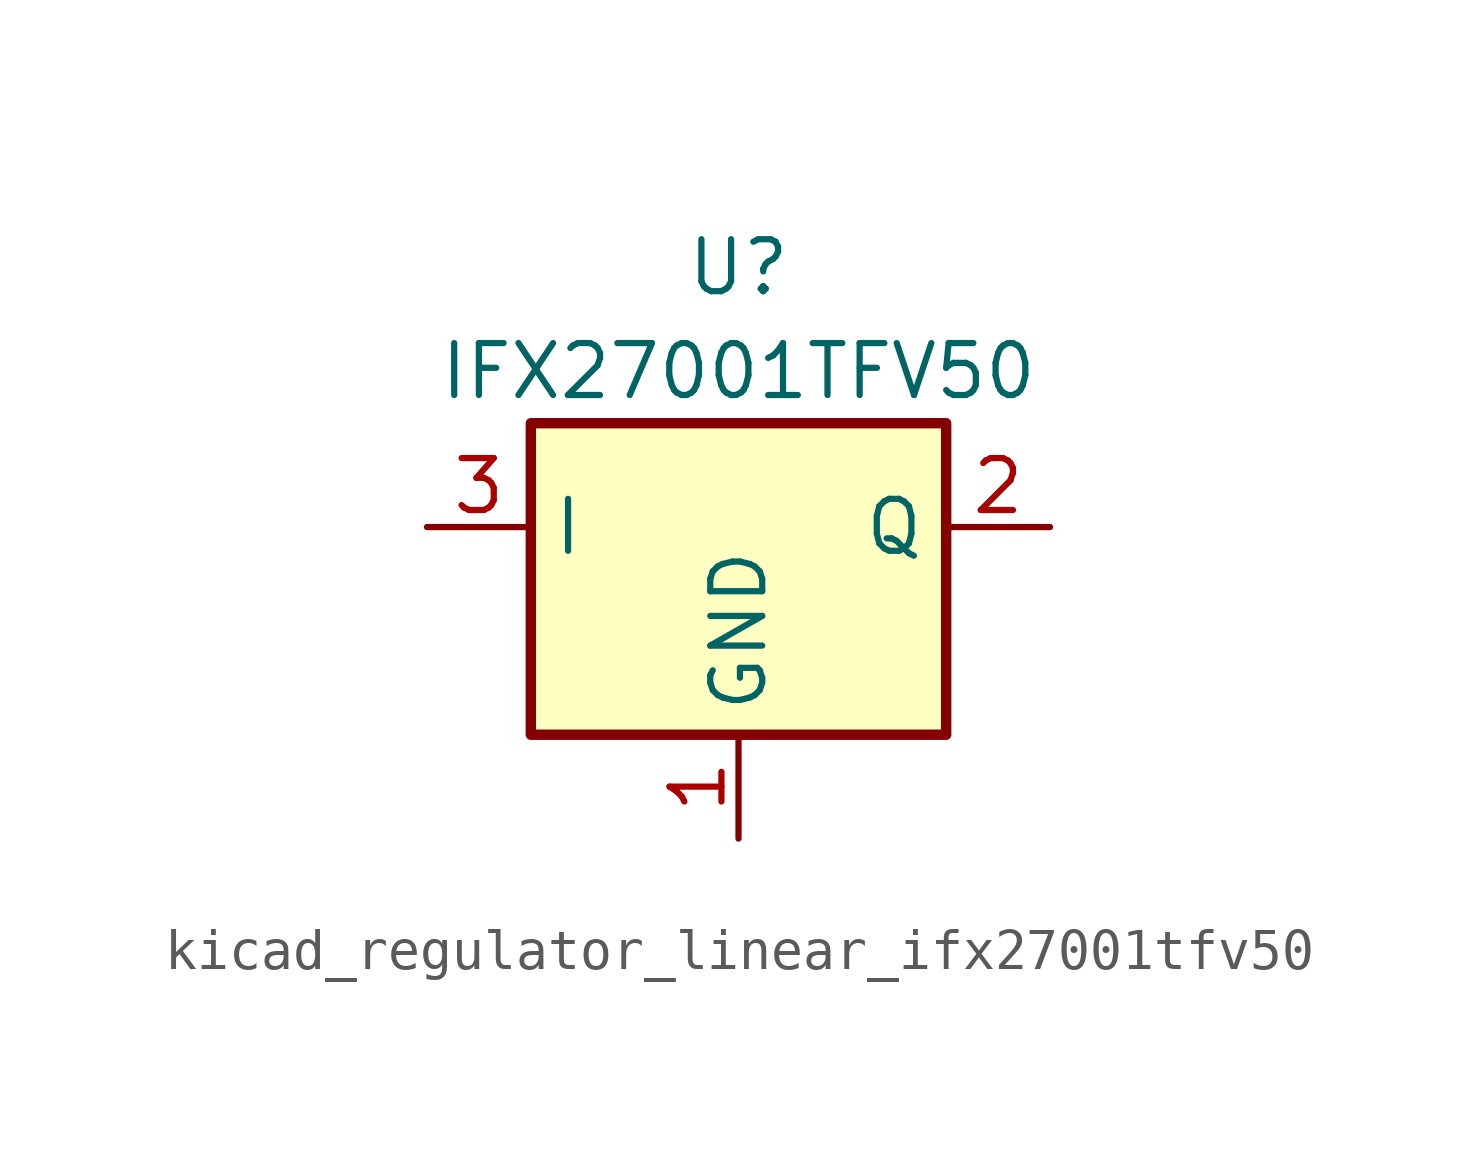
<source format=kicad_sym>
(kicad_symbol_lib
  (version 20220914)
  (generator kicad_symbol_editor)
  (symbol "kicad_regulator_linear_ifx27001tfv50"
    (property "Reference" "U"
      (at 0 6.35 0)
      (effects (font (size 1.27 1.27))))
    (property "Value" "IFX27001TFV50"
      (at 0 3.81 0)
      (effects (font (size 1.27 1.27))))
    (symbol "kicad_regulator_linear_ifx27001tfv50_1_1"
      (rectangle (start -5.08 2.54) (end 5.08 -5.08) (stroke (width 0.254) (type default)) (fill (type background)))
      (pin power_in line (at 0 -7.62 90) (length 2.54) (name "GND" (effects (font (size 1.27 1.27)))) (number "1" (effects (font (size 1.27 1.27)))))
      (pin power_out line (at 7.62 0 180) (length 2.54) (name "Q" (effects (font (size 1.27 1.27)))) (number "2" (effects (font (size 1.27 1.27)))))
      (pin power_in line (at -7.62 0 0) (length 2.54) (name "I" (effects (font (size 1.27 1.27)))) (number "3" (effects (font (size 1.27 1.27))))))))
</source>
